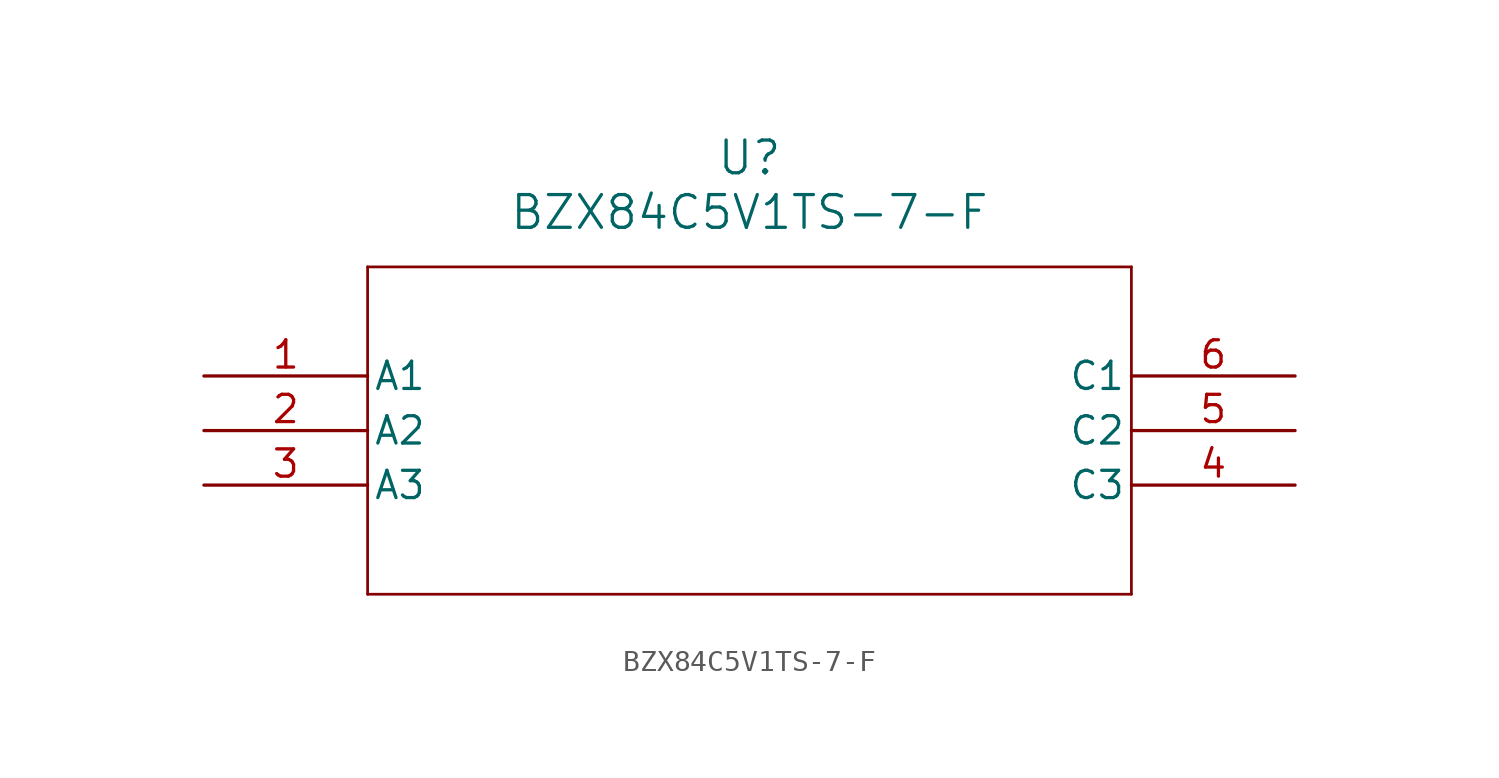
<source format=kicad_sym>
(kicad_symbol_lib
  (version 20211014)
  (generator kicad_symbol_editor)
  (symbol "BZX84C5V1TS-7-F"
    (pin_names
      (offset 0.254))
    (property "Reference" "U"
      (at 25.4 10.16 0)
      (effects (font (size 1.524 1.524))))
    (property "Value" "BZX84C5V1TS-7-F"
      (at 25.4 7.62 0)
      (effects (font (size 1.524 1.524))))
    (symbol "BZX84C5V1TS-7-F_0_1"
      (polyline (pts (xy 7.62 5.08) (xy 7.62 -10.16)) (stroke (width 0.127) (type default) (color 0 0 0 0)) (fill (type none)))
      (polyline (pts (xy 7.62 -10.16) (xy 43.18 -10.16)) (stroke (width 0.127) (type default) (color 0 0 0 0)) (fill (type none)))
      (polyline (pts (xy 43.18 -10.16) (xy 43.18 5.08)) (stroke (width 0.127) (type default) (color 0 0 0 0)) (fill (type none)))
      (polyline (pts (xy 43.18 5.08) (xy 7.62 5.08)) (stroke (width 0.127) (type default) (color 0 0 0 0)) (fill (type none)))
      (pin unspecified line (at 0 0 0) (length 7.62) (name "A1" (effects (font (size 1.27 1.27)))) (number "1" (effects (font (size 1.27 1.27)))))
      (pin unspecified line (at 0 -2.54 0) (length 7.62) (name "A2" (effects (font (size 1.27 1.27)))) (number "2" (effects (font (size 1.27 1.27)))))
      (pin unspecified line (at 0 -5.08 0) (length 7.62) (name "A3" (effects (font (size 1.27 1.27)))) (number "3" (effects (font (size 1.27 1.27)))))
      (pin unspecified line (at 50.8 -5.08 180) (length 7.62) (name "C3" (effects (font (size 1.27 1.27)))) (number "4" (effects (font (size 1.27 1.27)))))
      (pin unspecified line (at 50.8 -2.54 180) (length 7.62) (name "C2" (effects (font (size 1.27 1.27)))) (number "5" (effects (font (size 1.27 1.27)))))
      (pin unspecified line (at 50.8 0 180) (length 7.62) (name "C1" (effects (font (size 1.27 1.27)))) (number "6" (effects (font (size 1.27 1.27))))))))
</source>
